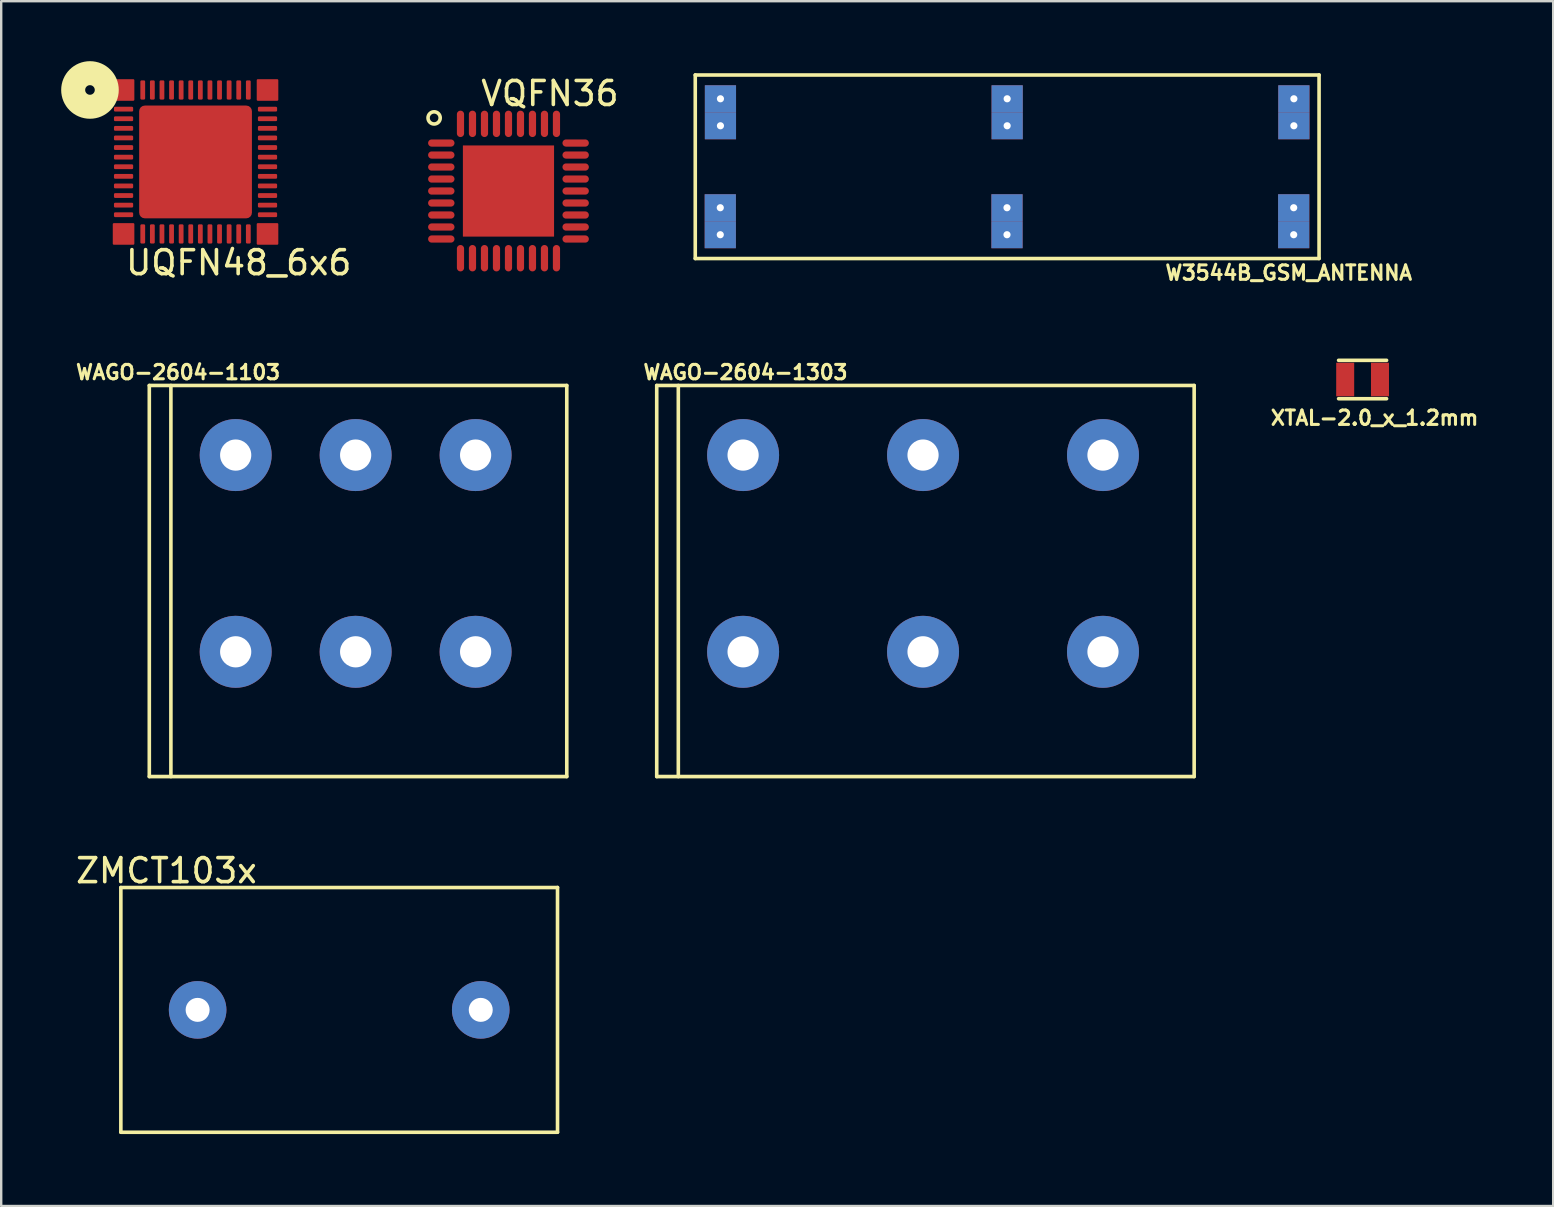
<source format=kicad_pcb>
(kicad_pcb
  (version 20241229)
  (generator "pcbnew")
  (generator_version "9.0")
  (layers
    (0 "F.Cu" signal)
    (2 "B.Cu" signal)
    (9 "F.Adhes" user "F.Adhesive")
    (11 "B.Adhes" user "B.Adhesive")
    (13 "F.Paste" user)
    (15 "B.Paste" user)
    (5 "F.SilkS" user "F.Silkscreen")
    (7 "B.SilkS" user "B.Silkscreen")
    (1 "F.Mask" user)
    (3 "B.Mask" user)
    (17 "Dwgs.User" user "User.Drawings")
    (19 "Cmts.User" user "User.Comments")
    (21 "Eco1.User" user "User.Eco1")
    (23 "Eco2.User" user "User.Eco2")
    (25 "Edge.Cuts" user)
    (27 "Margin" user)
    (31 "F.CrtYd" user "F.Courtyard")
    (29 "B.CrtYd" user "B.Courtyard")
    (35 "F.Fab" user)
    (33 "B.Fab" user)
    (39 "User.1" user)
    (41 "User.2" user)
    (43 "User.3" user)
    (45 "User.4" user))
  (footprint "UQFN48_6x6"
    (layer "F.Cu")
    (at 5.1 3.7)
    (property "Reference" "UQFN48_6x6" (at 1.8 4.2 0) (layer "F.SilkS") (effects (font (size 1 1) (thickness 0.15))))
    (attr through_hole)
    (fp_circle (center -4.4 -3) (end -4.2 -3) (stroke (width 1) (type solid)) (fill no) (layer "F.SilkS"))
    (pad "" smd roundrect (at -3 -3) (size 0.9 0.9) (layers "F.Cu" "F.Mask" "F.Paste") (roundrect_rratio 0.05))
    (pad "" smd roundrect (at -3 3) (size 0.9 0.9) (layers "F.Cu" "F.Mask" "F.Paste") (roundrect_rratio 0.05))
    (pad "" smd roundrect (at 0 0) (size 4.7 4.7) (layers "F.Cu" "F.Mask" "F.Paste") (roundrect_rratio 0.05))
    (pad "" smd roundrect (at 3 -3) (size 0.9 0.9) (layers "F.Cu" "F.Mask" "F.Paste") (roundrect_rratio 0.05))
    (pad "" smd roundrect (at 3 3) (size 0.9 0.9) (layers "F.Cu" "F.Mask" "F.Paste") (roundrect_rratio 0.05))
    (pad "1" smd roundrect (at -3 -2.2 90) (size 0.2 0.8) (layers "F.Cu" "F.Mask" "F.Paste") (roundrect_rratio 0.25))
    (pad "2" smd roundrect (at -3 -1.8 90) (size 0.2 0.8) (layers "F.Cu" "F.Mask" "F.Paste") (roundrect_rratio 0.25))
    (pad "3" smd roundrect (at -3 -1.4 90) (size 0.2 0.8) (layers "F.Cu" "F.Mask" "F.Paste") (roundrect_rratio 0.25))
    (pad "4" smd roundrect (at -3 -1 90) (size 0.2 0.8) (layers "F.Cu" "F.Mask" "F.Paste") (roundrect_rratio 0.25))
    (pad "5" smd roundrect (at -3 -0.6 90) (size 0.2 0.8) (layers "F.Cu" "F.Mask" "F.Paste") (roundrect_rratio 0.25))
    (pad "6" smd roundrect (at -3 -0.2 90) (size 0.2 0.8) (layers "F.Cu" "F.Mask" "F.Paste") (roundrect_rratio 0.25))
    (pad "7" smd roundrect (at -3 0.2 90) (size 0.2 0.8) (layers "F.Cu" "F.Mask" "F.Paste") (roundrect_rratio 0.25))
    (pad "8" smd roundrect (at -3 0.6 90) (size 0.2 0.8) (layers "F.Cu" "F.Mask" "F.Paste") (roundrect_rratio 0.25))
    (pad "9" smd roundrect (at -3 1 270) (size 0.2 0.8) (layers "F.Cu" "F.Mask" "F.Paste") (roundrect_rratio 0.25))
    (pad "10" smd roundrect (at -3 1.4 270) (size 0.2 0.8) (layers "F.Cu" "F.Mask" "F.Paste") (roundrect_rratio 0.25))
    (pad "11" smd roundrect (at -3 1.8 90) (size 0.2 0.8) (layers "F.Cu" "F.Mask" "F.Paste") (roundrect_rratio 0.25))
    (pad "12" smd roundrect (at -3 2.2 90) (size 0.2 0.8) (layers "F.Cu" "F.Mask" "F.Paste") (roundrect_rratio 0.25))
    (pad "13" smd roundrect (at -2.2 3) (size 0.2 0.8) (layers "F.Cu" "F.Mask" "F.Paste") (roundrect_rratio 0.25))
    (pad "14" smd roundrect (at -1.8 3) (size 0.2 0.8) (layers "F.Cu" "F.Mask" "F.Paste") (roundrect_rratio 0.25))
    (pad "15" smd roundrect (at -1.4 3) (size 0.2 0.8) (layers "F.Cu" "F.Mask" "F.Paste") (roundrect_rratio 0.25))
    (pad "16" smd roundrect (at -1 3) (size 0.2 0.8) (layers "F.Cu" "F.Mask" "F.Paste") (roundrect_rratio 0.25))
    (pad "17" smd roundrect (at -0.6 3) (size 0.2 0.8) (layers "F.Cu" "F.Mask" "F.Paste") (roundrect_rratio 0.25))
    (pad "18" smd roundrect (at -0.2 3) (size 0.2 0.8) (layers "F.Cu" "F.Mask" "F.Paste") (roundrect_rratio 0.25))
    (pad "19" smd roundrect (at 0.2 3) (size 0.2 0.8) (layers "F.Cu" "F.Mask" "F.Paste") (roundrect_rratio 0.25))
    (pad "20" smd roundrect (at 0.6 3) (size 0.2 0.8) (layers "F.Cu" "F.Mask" "F.Paste") (roundrect_rratio 0.25))
    (pad "21" smd roundrect (at 1 3) (size 0.2 0.8) (layers "F.Cu" "F.Mask" "F.Paste") (roundrect_rratio 0.25))
    (pad "22" smd roundrect (at 1.4 3) (size 0.2 0.8) (layers "F.Cu" "F.Mask" "F.Paste") (roundrect_rratio 0.25))
    (pad "23" smd roundrect (at 1.8 3) (size 0.2 0.8) (layers "F.Cu" "F.Mask" "F.Paste") (roundrect_rratio 0.25))
    (pad "24" smd roundrect (at 2.2 3) (size 0.2 0.8) (layers "F.Cu" "F.Mask" "F.Paste") (roundrect_rratio 0.25))
    (pad "25" smd roundrect (at 3 2.2 90) (size 0.2 0.8) (layers "F.Cu" "F.Mask" "F.Paste") (roundrect_rratio 0.25))
    (pad "26" smd roundrect (at 3 1.8 90) (size 0.2 0.8) (layers "F.Cu" "F.Mask" "F.Paste") (roundrect_rratio 0.25))
    (pad "27" smd roundrect (at 3 1.4 90) (size 0.2 0.8) (layers "F.Cu" "F.Mask" "F.Paste") (roundrect_rratio 0.25))
    (pad "28" smd roundrect (at 3 1 90) (size 0.2 0.8) (layers "F.Cu" "F.Mask" "F.Paste") (roundrect_rratio 0.25))
    (pad "29" smd roundrect (at 3 0.6 270) (size 0.2 0.8) (layers "F.Cu" "F.Mask" "F.Paste") (roundrect_rratio 0.25))
    (pad "30" smd roundrect (at 3 0.2 90) (size 0.2 0.8) (layers "F.Cu" "F.Mask" "F.Paste") (roundrect_rratio 0.25))
    (pad "31" smd roundrect (at 3 -0.2 270) (size 0.2 0.8) (layers "F.Cu" "F.Mask" "F.Paste") (roundrect_rratio 0.25))
    (pad "32" smd roundrect (at 3 -0.6 90) (size 0.2 0.8) (layers "F.Cu" "F.Mask" "F.Paste") (roundrect_rratio 0.25))
    (pad "33" smd roundrect (at 3 -1 90) (size 0.2 0.8) (layers "F.Cu" "F.Mask" "F.Paste") (roundrect_rratio 0.25))
    (pad "34" smd roundrect (at 3 -1.4 90) (size 0.2 0.8) (layers "F.Cu" "F.Mask" "F.Paste") (roundrect_rratio 0.25))
    (pad "35" smd roundrect (at 3 -1.8 270) (size 0.2 0.8) (layers "F.Cu" "F.Mask" "F.Paste") (roundrect_rratio 0.25))
    (pad "36" smd roundrect (at 3 -2.2 90) (size 0.2 0.8) (layers "F.Cu" "F.Mask" "F.Paste") (roundrect_rratio 0.25))
    (pad "37" smd roundrect (at 2.2 -3) (size 0.2 0.8) (layers "F.Cu" "F.Mask" "F.Paste") (roundrect_rratio 0.25))
    (pad "38" smd roundrect (at 1.8 -3) (size 0.2 0.8) (layers "F.Cu" "F.Mask" "F.Paste") (roundrect_rratio 0.25))
    (pad "39" smd roundrect (at 1.4 -3) (size 0.2 0.8) (layers "F.Cu" "F.Mask" "F.Paste") (roundrect_rratio 0.25))
    (pad "40" smd roundrect (at 1 -3) (size 0.2 0.8) (layers "F.Cu" "F.Mask" "F.Paste") (roundrect_rratio 0.25))
    (pad "41" smd roundrect (at 0.6 -3) (size 0.2 0.8) (layers "F.Cu" "F.Mask" "F.Paste") (roundrect_rratio 0.25))
    (pad "42" smd roundrect (at 0.2 -3) (size 0.2 0.8) (layers "F.Cu" "F.Mask" "F.Paste") (roundrect_rratio 0.25))
    (pad "43" smd roundrect (at -0.2 -3) (size 0.2 0.8) (layers "F.Cu" "F.Mask" "F.Paste") (roundrect_rratio 0.25))
    (pad "44" smd roundrect (at -0.6 -3) (size 0.2 0.8) (layers "F.Cu" "F.Mask" "F.Paste") (roundrect_rratio 0.25))
    (pad "45" smd roundrect (at -1 -3) (size 0.2 0.8) (layers "F.Cu" "F.Mask" "F.Paste") (roundrect_rratio 0.25))
    (pad "46" smd roundrect (at -1.4 -3) (size 0.2 0.8) (layers "F.Cu" "F.Mask" "F.Paste") (roundrect_rratio 0.25))
    (pad "47" smd roundrect (at -1.8 -3) (size 0.2 0.8) (layers "F.Cu" "F.Mask" "F.Paste") (roundrect_rratio 0.25))
    (pad "48" smd roundrect (at -2.2 -3) (size 0.2 0.8) (layers "F.Cu" "F.Mask" "F.Paste") (roundrect_rratio 0.25)))
  (footprint "WAGO-2604-1303"
    (layer "F.Cu")
    (at 35.522 21.167)
    (property "Reference" "WAGO-2604-1303" (at -7.5 -8.7 0) (layer "F.SilkS") (effects (font (size 0.6 0.6) (thickness 0.127))))
    (attr through_hole)
    (fp_line (start -11.2 -8.15) (end -11.2 8.15) (stroke (width 0.15) (type solid)) (layer "F.SilkS"))
    (fp_line (start -11.2 8.15) (end 11.2 8.15) (stroke (width 0.15) (type solid)) (layer "F.SilkS"))
    (fp_line (start -10.3 -8.15) (end -10.3 8.15) (stroke (width 0.15) (type solid)) (layer "F.SilkS"))
    (fp_line (start 11.2 -8.15) (end -11.2 -8.15) (stroke (width 0.15) (type solid)) (layer "F.SilkS"))
    (fp_line (start 11.2 8.15) (end 11.2 -8.15) (stroke (width 0.15) (type solid)) (layer "F.SilkS"))
    (pad "1" thru_hole circle (at -7.6 -5.25) (size 3 3) (drill 1.3) (layers "*.Cu" "*.Mask"))
    (pad "1" thru_hole circle (at -7.6 2.95) (size 3 3) (drill 1.3) (layers "*.Cu" "*.Mask"))
    (pad "2" thru_hole circle (at -0.1 -5.25) (size 3 3) (drill 1.3) (layers "*.Cu" "*.Mask"))
    (pad "2" thru_hole circle (at -0.1 2.95) (size 3 3) (drill 1.3) (layers "*.Cu" "*.Mask"))
    (pad "3" thru_hole circle (at 7.4 -5.25) (size 3 3) (drill 1.3) (layers "*.Cu" "*.Mask"))
    (pad "3" thru_hole circle (at 7.4 2.95) (size 3 3) (drill 1.3) (layers "*.Cu" "*.Mask")))
  (footprint "XTAL-2.0_x_1.2mm"
    (layer "F.Cu")
    (at 53.742 12.768)
    (property "Reference" "XTAL-2.0_x_1.2mm" (at 0.5 1.6 0) (layer "F.SilkS") (effects (font (size 0.6 0.6) (thickness 0.127))))
    (attr through_hole)
    (fp_line (start -1 -0.8) (end 1 -0.8) (stroke (width 0.15) (type solid)) (layer "F.SilkS"))
    (fp_line (start -1 0.8) (end 1 0.8) (stroke (width 0.15) (type solid)) (layer "F.SilkS"))
    (pad "1" smd rect (at -0.725 0 90) (size 1.4 0.75) (layers "F.Cu" "F.Mask" "F.Paste"))
    (pad "2" smd rect (at 0.725 0 90) (size 1.4 0.75) (layers "F.Cu" "F.Mask" "F.Paste")))
  (footprint "ZMCT103x"
    (layer "F.Cu")
    (at 11.087 39.041)
    (property "Reference" "ZMCT103x" (at -7.2 -5.8 0) (layer "F.SilkS") (effects (font (size 1 1) (thickness 0.15))))
    (attr through_hole)
    (fp_line (start -9.1 -5.1) (end -9.1 5.1) (stroke (width 0.15) (type solid)) (layer "F.SilkS"))
    (fp_line (start -9.1 5.1) (end 9.1 5.1) (stroke (width 0.15) (type solid)) (layer "F.SilkS"))
    (fp_line (start 9.1 -5.1) (end -9.1 -5.1) (stroke (width 0.15) (type solid)) (layer "F.SilkS"))
    (fp_line (start 9.1 5.1) (end 9.1 -5.1) (stroke (width 0.15) (type solid)) (layer "F.SilkS"))
    (pad "1" thru_hole circle (at -5.9 0) (size 2.4 2.4) (drill 1) (layers "*.Cu" "*.Mask"))
    (pad "2" thru_hole circle (at 5.9 0) (size 2.4 2.4) (drill 1) (layers "*.Cu" "*.Mask")))
  (footprint "VQFN36"
    (layer "F.Cu")
    (at 18.092 4.912)
    (property "Reference" "VQFN36" (at 1.778 -4.064 0) (layer "F.SilkS") (effects (font (size 1 1) (thickness 0.15))))
    (attr through_hole)
    (fp_circle (center -3.048 -3.048) (end -2.794 -3.048) (stroke (width 0.15) (type solid)) (fill no) (layer "F.SilkS"))
    (pad "" smd rect (at 0.051 0) (size 3.8 3.8) (layers "F.Cu" "F.Mask" "F.Paste"))
    (pad "1" smd oval (at -2.749 -2) (size 1.1 0.3) (layers "F.Cu" "F.Mask" "F.Paste"))
    (pad "2" smd oval (at -2.749 -1.5) (size 1.1 0.3) (layers "F.Cu" "F.Mask" "F.Paste"))
    (pad "3" smd oval (at -2.749 -1) (size 1.1 0.3) (layers "F.Cu" "F.Mask" "F.Paste"))
    (pad "4" smd oval (at -2.749 -0.5) (size 1.1 0.3) (layers "F.Cu" "F.Mask" "F.Paste"))
    (pad "5" smd oval (at -2.749 0) (size 1.1 0.3) (layers "F.Cu" "F.Mask" "F.Paste"))
    (pad "6" smd oval (at -2.749 0.5) (size 1.1 0.3) (layers "F.Cu" "F.Mask" "F.Paste"))
    (pad "7" smd oval (at -2.749 1) (size 1.1 0.3) (layers "F.Cu" "F.Mask" "F.Paste"))
    (pad "8" smd oval (at -2.749 1.5) (size 1.1 0.3) (layers "F.Cu" "F.Mask" "F.Paste"))
    (pad "9" smd oval (at -2.749 2) (size 1.1 0.3) (layers "F.Cu" "F.Mask" "F.Paste"))
    (pad "10" smd oval (at -1.949 2.8 90) (size 1.1 0.3) (layers "F.Cu" "F.Mask" "F.Paste"))
    (pad "11" smd oval (at -1.449 2.8 90) (size 1.1 0.3) (layers "F.Cu" "F.Mask" "F.Paste"))
    (pad "12" smd oval (at -0.949 2.8 90) (size 1.1 0.3) (layers "F.Cu" "F.Mask" "F.Paste"))
    (pad "13" smd oval (at -0.449 2.8 90) (size 1.1 0.3) (layers "F.Cu" "F.Mask" "F.Paste"))
    (pad "14" smd oval (at 0.051 2.8 90) (size 1.1 0.3) (layers "F.Cu" "F.Mask" "F.Paste"))
    (pad "15" smd oval (at 0.551 2.8 90) (size 1.1 0.3) (layers "F.Cu" "F.Mask" "F.Paste"))
    (pad "16" smd oval (at 1.051 2.8 90) (size 1.1 0.3) (layers "F.Cu" "F.Mask" "F.Paste"))
    (pad "17" smd oval (at 1.551 2.8 90) (size 1.1 0.3) (layers "F.Cu" "F.Mask" "F.Paste"))
    (pad "18" smd oval (at 2.051 2.8 90) (size 1.1 0.3) (layers "F.Cu" "F.Mask" "F.Paste"))
    (pad "19" smd oval (at 2.851 2 180) (size 1.1 0.3) (layers "F.Cu" "F.Mask" "F.Paste"))
    (pad "20" smd oval (at 2.851 1.5 180) (size 1.1 0.3) (layers "F.Cu" "F.Mask" "F.Paste"))
    (pad "21" smd oval (at 2.851 1 180) (size 1.1 0.3) (layers "F.Cu" "F.Mask" "F.Paste"))
    (pad "22" smd oval (at 2.851 0.5 180) (size 1.1 0.3) (layers "F.Cu" "F.Mask" "F.Paste"))
    (pad "23" smd oval (at 2.851 0 180) (size 1.1 0.3) (layers "F.Cu" "F.Mask" "F.Paste"))
    (pad "24" smd oval (at 2.851 -0.5 180) (size 1.1 0.3) (layers "F.Cu" "F.Mask" "F.Paste"))
    (pad "25" smd oval (at 2.851 -1 180) (size 1.1 0.3) (layers "F.Cu" "F.Mask" "F.Paste"))
    (pad "26" smd oval (at 2.851 -1.5 180) (size 1.1 0.3) (layers "F.Cu" "F.Mask" "F.Paste"))
    (pad "27" smd oval (at 2.851 -2 180) (size 1.1 0.3) (layers "F.Cu" "F.Mask" "F.Paste"))
    (pad "28" smd oval (at 2.051 -2.8 270) (size 1.1 0.3) (layers "F.Cu" "F.Mask" "F.Paste"))
    (pad "29" smd oval (at 1.551 -2.8 270) (size 1.1 0.3) (layers "F.Cu" "F.Mask" "F.Paste"))
    (pad "30" smd oval (at 1.051 -2.8 270) (size 1.1 0.3) (layers "F.Cu" "F.Mask" "F.Paste"))
    (pad "31" smd oval (at 0.551 -2.8 270) (size 1.1 0.3) (layers "F.Cu" "F.Mask" "F.Paste"))
    (pad "32" smd oval (at 0.051 -2.8 270) (size 1.1 0.3) (layers "F.Cu" "F.Mask" "F.Paste"))
    (pad "33" smd oval (at -0.449 -2.8 270) (size 1.1 0.3) (layers "F.Cu" "F.Mask" "F.Paste"))
    (pad "34" smd oval (at -0.949 -2.8 270) (size 1.1 0.3) (layers "F.Cu" "F.Mask" "F.Paste"))
    (pad "35" smd oval (at -1.449 -2.8 270) (size 1.1 0.3) (layers "F.Cu" "F.Mask" "F.Paste"))
    (pad "36" smd oval (at -1.949 -2.8 270) (size 1.1 0.3) (layers "F.Cu" "F.Mask" "F.Paste")))
  (footprint "WAGO-2604-1103"
    (layer "F.Cu")
    (at 11.873 21.167)
    (property "Reference" "WAGO-2604-1103" (at -7.5 -8.7 0) (layer "F.SilkS") (effects (font (size 0.6 0.6) (thickness 0.127))))
    (attr through_hole)
    (fp_line (start -8.7 -8.15) (end -8.7 8.15) (stroke (width 0.15) (type solid)) (layer "F.SilkS"))
    (fp_line (start -8.7 8.15) (end 8.7 8.15) (stroke (width 0.15) (type solid)) (layer "F.SilkS"))
    (fp_line (start -7.8 -8.15) (end -7.8 8.15) (stroke (width 0.15) (type solid)) (layer "F.SilkS"))
    (fp_line (start 8.7 -8.15) (end -8.7 -8.15) (stroke (width 0.15) (type solid)) (layer "F.SilkS"))
    (fp_line (start 8.7 8.15) (end 8.7 -8.15) (stroke (width 0.15) (type solid)) (layer "F.SilkS"))
    (pad "1" thru_hole circle (at -5.1 -5.25) (size 3 3) (drill 1.3) (layers "*.Cu" "*.Mask"))
    (pad "1" thru_hole circle (at -5.1 2.95) (size 3 3) (drill 1.3) (layers "*.Cu" "*.Mask"))
    (pad "2" thru_hole circle (at -0.1 -5.25) (size 3 3) (drill 1.3) (layers "*.Cu" "*.Mask"))
    (pad "2" thru_hole circle (at -0.1 2.95) (size 3 3) (drill 1.3) (layers "*.Cu" "*.Mask"))
    (pad "3" thru_hole circle (at 4.9 -5.25) (size 3 3) (drill 1.3) (layers "*.Cu" "*.Mask"))
    (pad "3" thru_hole circle (at 4.9 2.95) (size 3 3) (drill 1.3) (layers "*.Cu" "*.Mask")))
  (footprint "W3544B_GSM_ANTENNA"
    (layer "F.Cu")
    (at 38.928 3.9)
    (property "Reference" "W3544B_GSM_ANTENNA" (at 11.735 4.42 0) (layer "F.SilkS") (effects (font (size 0.6 0.6) (thickness 0.127))))
    (attr through_hole)
    (fp_line (start -13 -3.825) (end 13 -3.825) (stroke (width 0.15) (type solid)) (layer "F.SilkS"))
    (fp_line (start -13 3.825) (end -13 -3.825) (stroke (width 0.15) (type solid)) (layer "F.SilkS"))
    (fp_line (start -13 3.825) (end 13 3.825) (stroke (width 0.15) (type solid)) (layer "F.SilkS"))
    (fp_line (start 13 -3.825) (end 13 3.825) (stroke (width 0.15) (type solid)) (layer "F.SilkS"))
    (pad "" thru_hole rect (at -11.957 1.708) (size 1.3 1.125) (drill 0.3) (layers "*.Cu" "F.Mask" "F.Paste"))
    (pad "" thru_hole rect (at -11.957 2.833) (size 1.3 1.125) (drill 0.3) (layers "*.Cu" "F.Mask" "F.Paste"))
    (pad "" thru_hole rect (at -11.95 -2.833) (size 1.3 1.125) (drill 0.3) (layers "*.Cu" "F.Mask" "F.Paste"))
    (pad "" thru_hole rect (at -11.95 -1.708) (size 1.3 1.125) (drill 0.3) (layers "*.Cu" "F.Mask" "F.Paste"))
    (pad "" thru_hole rect (at -0.007 1.708) (size 1.3 1.125) (drill 0.3) (layers "*.Cu" "F.Mask" "F.Paste"))
    (pad "" thru_hole rect (at -0.007 2.833) (size 1.3 1.125) (drill 0.3) (layers "*.Cu" "F.Mask" "F.Paste"))
    (pad "" thru_hole rect (at 0 -2.833) (size 1.3 1.125) (drill 0.3) (layers "*.Cu" "F.Mask" "F.Paste"))
    (pad "" thru_hole rect (at 0 -1.708) (size 1.3 1.125) (drill 0.3) (layers "*.Cu" "F.Mask" "F.Paste"))
    (pad "1" thru_hole rect (at 11.943 1.708) (size 1.3 1.125) (drill 0.3) (layers "*.Cu" "F.Mask" "F.Paste"))
    (pad "1" thru_hole rect (at 11.943 2.833) (size 1.3 1.125) (drill 0.3) (layers "*.Cu" "F.Mask" "F.Paste"))
    (pad "2" thru_hole rect (at 11.95 -2.833) (size 1.3 1.125) (drill 0.3) (layers "*.Cu" "F.Mask" "F.Paste"))
    (pad "2" thru_hole rect (at 11.95 -1.708) (size 1.3 1.125) (drill 0.3) (layers "*.Cu" "F.Mask" "F.Paste")))
  (gr_rect
    (start -3 -3)
    (end 61.686 47.216)
    (stroke (width 0.1) (type default))
    (fill no)
    (layer "Edge.Cuts")))
</source>
